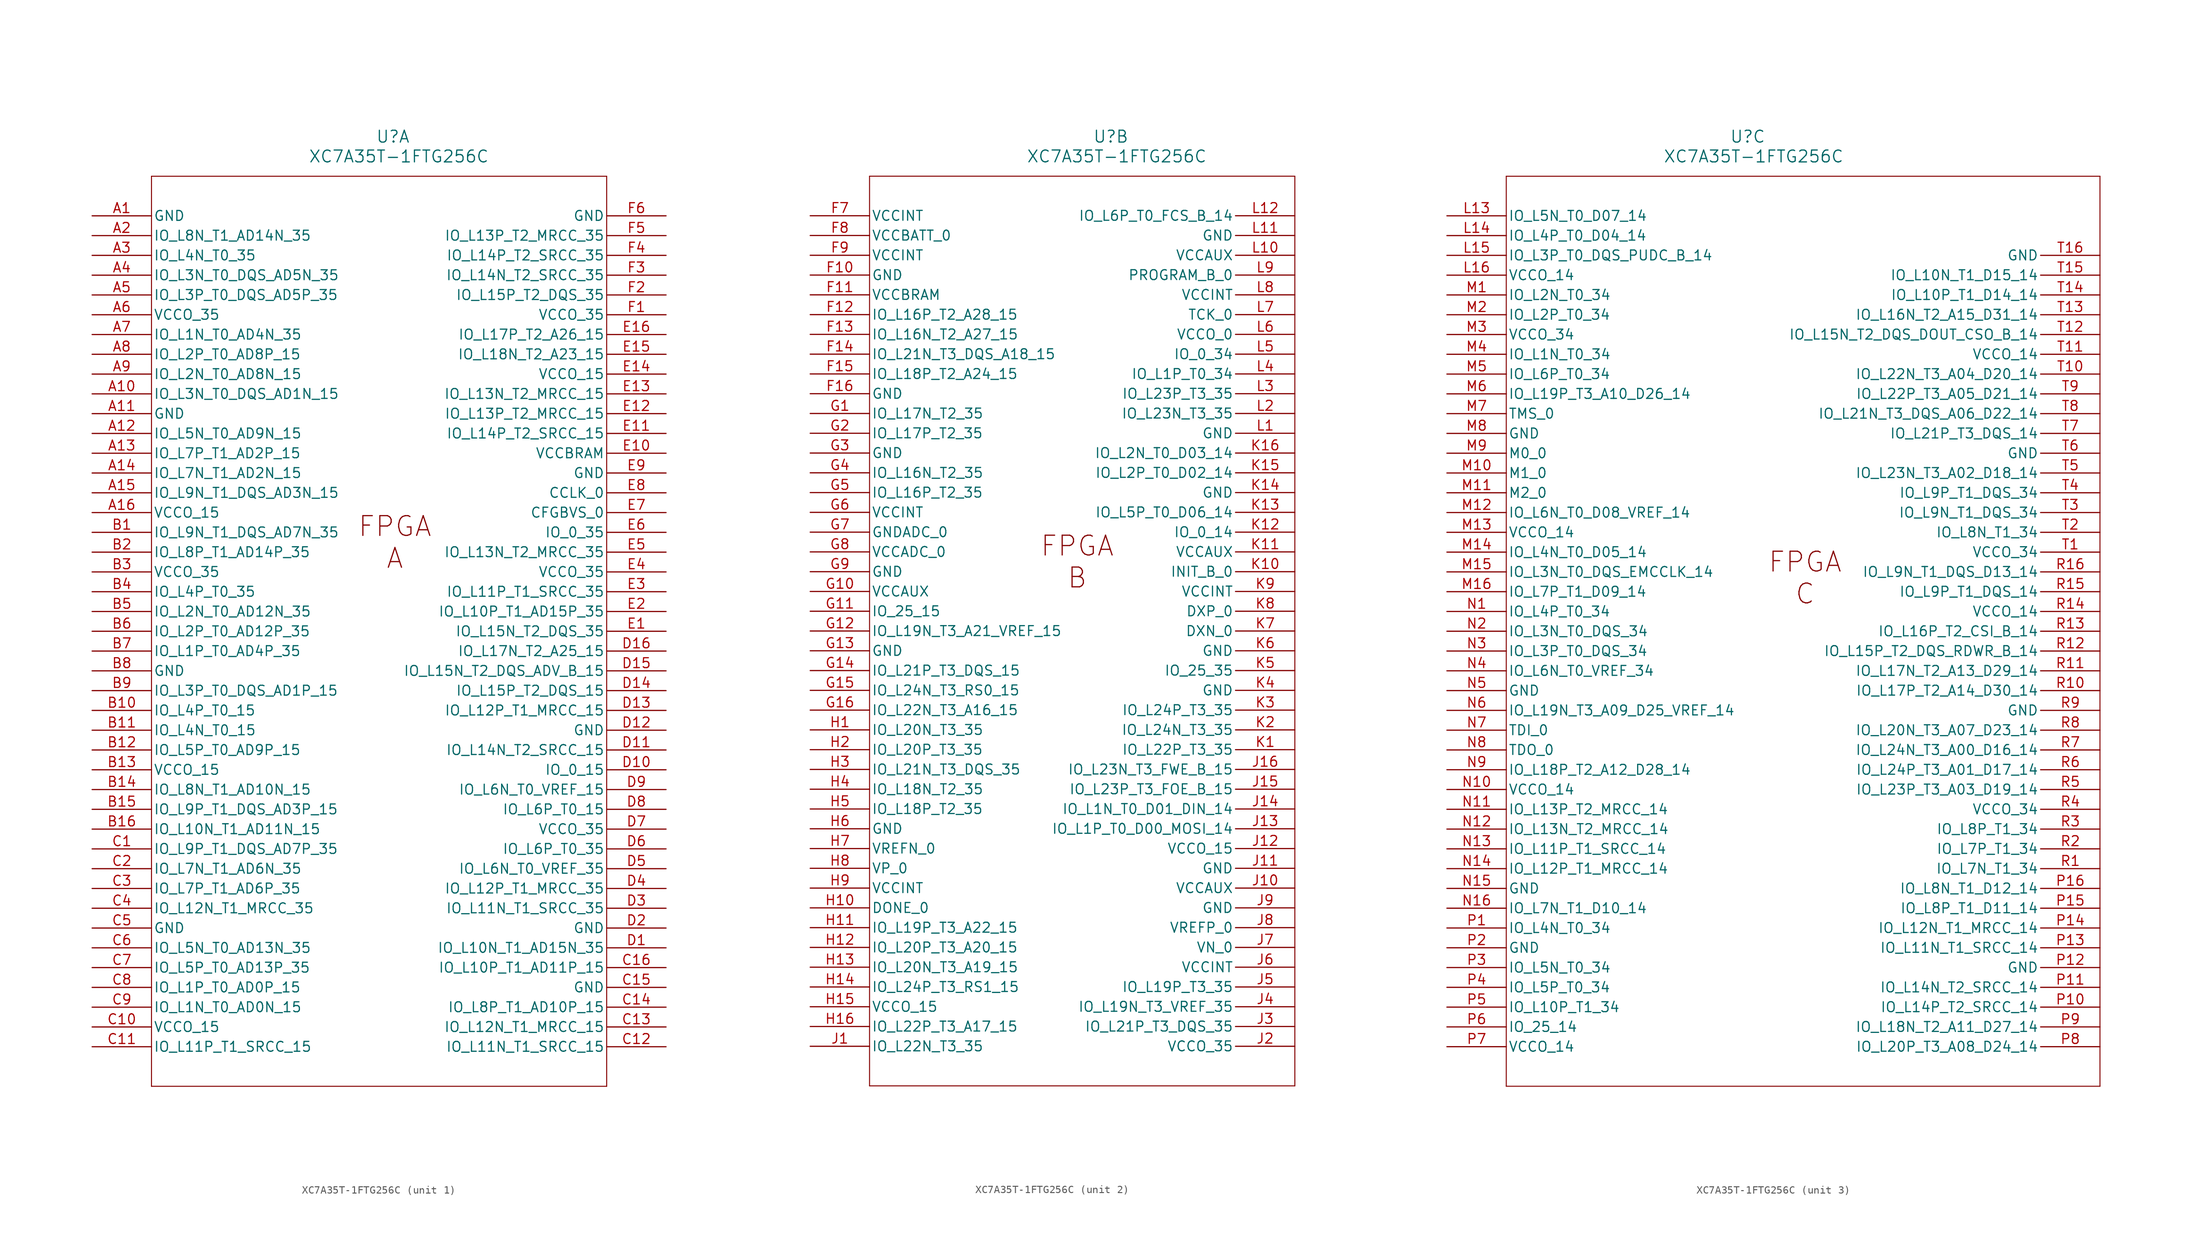
<source format=kicad_sym>
(kicad_symbol_lib
  (version 20241209)
  (generator "kicad_symbol_editor")
  (generator_version "9.0")
  (symbol "XC7A35T-1FTG256C"
    (pin_names
      (offset 0.254))
    (property "Reference" "U"
      (at 38.608 10.16 0)
      (effects (font (size 1.524 1.524))))
    (property "Value" "XC7A35T-1FTG256C"
      (at 39.37 7.62 0)
      (effects (font (size 1.524 1.524))))
    (property "ki_locked" ""
      (at 0 0 0)
      (effects (font (size 1.27 1.27))))
    (symbol "XC7A35T-1FTG256C_1_1"
      (polyline (pts (xy 7.62 5.08) (xy 7.62 -111.76)) (stroke (width 0.127) (type default)) (fill (type none)))
      (polyline (pts (xy 7.62 -111.76) (xy 66.04 -111.76)) (stroke (width 0.127) (type default)) (fill (type none)))
      (polyline (pts (xy 66.04 5.08) (xy 7.62 5.08)) (stroke (width 0.127) (type default)) (fill (type none)))
      (polyline (pts (xy 66.04 -111.76) (xy 66.04 5.08)) (stroke (width 0.127) (type default)) (fill (type none)))
      (text "FPGA\nA" (at 38.862 -41.91 0) (effects (font (size 2.54 2.54))))
      (pin power_out line (at 0 0 0) (length 7.62) (name "GND" (effects (font (size 1.27 1.27)))) (number "A1" (effects (font (size 1.27 1.27)))))
      (pin bidirectional line (at 0 -2.54 0) (length 7.62) (name "IO_L8N_T1_AD14N_35" (effects (font (size 1.27 1.27)))) (number "A2" (effects (font (size 1.27 1.27)))))
      (pin bidirectional line (at 0 -5.08 0) (length 7.62) (name "IO_L4N_T0_35" (effects (font (size 1.27 1.27)))) (number "A3" (effects (font (size 1.27 1.27)))))
      (pin bidirectional line (at 0 -7.62 0) (length 7.62) (name "IO_L3N_T0_DQS_AD5N_35" (effects (font (size 1.27 1.27)))) (number "A4" (effects (font (size 1.27 1.27)))))
      (pin bidirectional line (at 0 -10.16 0) (length 7.62) (name "IO_L3P_T0_DQS_AD5P_35" (effects (font (size 1.27 1.27)))) (number "A5" (effects (font (size 1.27 1.27)))))
      (pin power_in line (at 0 -12.7 0) (length 7.62) (name "VCCO_35" (effects (font (size 1.27 1.27)))) (number "A6" (effects (font (size 1.27 1.27)))))
      (pin bidirectional line (at 0 -15.24 0) (length 7.62) (name "IO_L1N_T0_AD4N_35" (effects (font (size 1.27 1.27)))) (number "A7" (effects (font (size 1.27 1.27)))))
      (pin bidirectional line (at 0 -17.78 0) (length 7.62) (name "IO_L2P_T0_AD8P_15" (effects (font (size 1.27 1.27)))) (number "A8" (effects (font (size 1.27 1.27)))))
      (pin bidirectional line (at 0 -20.32 0) (length 7.62) (name "IO_L2N_T0_AD8N_15" (effects (font (size 1.27 1.27)))) (number "A9" (effects (font (size 1.27 1.27)))))
      (pin bidirectional line (at 0 -22.86 0) (length 7.62) (name "IO_L3N_T0_DQS_AD1N_15" (effects (font (size 1.27 1.27)))) (number "A10" (effects (font (size 1.27 1.27)))))
      (pin power_out line (at 0 -25.4 0) (length 7.62) (name "GND" (effects (font (size 1.27 1.27)))) (number "A11" (effects (font (size 1.27 1.27)))))
      (pin bidirectional line (at 0 -27.94 0) (length 7.62) (name "IO_L5N_T0_AD9N_15" (effects (font (size 1.27 1.27)))) (number "A12" (effects (font (size 1.27 1.27)))))
      (pin bidirectional line (at 0 -30.48 0) (length 7.62) (name "IO_L7P_T1_AD2P_15" (effects (font (size 1.27 1.27)))) (number "A13" (effects (font (size 1.27 1.27)))))
      (pin bidirectional line (at 0 -33.02 0) (length 7.62) (name "IO_L7N_T1_AD2N_15" (effects (font (size 1.27 1.27)))) (number "A14" (effects (font (size 1.27 1.27)))))
      (pin bidirectional line (at 0 -35.56 0) (length 7.62) (name "IO_L9N_T1_DQS_AD3N_15" (effects (font (size 1.27 1.27)))) (number "A15" (effects (font (size 1.27 1.27)))))
      (pin power_in line (at 0 -38.1 0) (length 7.62) (name "VCCO_15" (effects (font (size 1.27 1.27)))) (number "A16" (effects (font (size 1.27 1.27)))))
      (pin bidirectional line (at 0 -40.64 0) (length 7.62) (name "IO_L9N_T1_DQS_AD7N_35" (effects (font (size 1.27 1.27)))) (number "B1" (effects (font (size 1.27 1.27)))))
      (pin bidirectional line (at 0 -43.18 0) (length 7.62) (name "IO_L8P_T1_AD14P_35" (effects (font (size 1.27 1.27)))) (number "B2" (effects (font (size 1.27 1.27)))))
      (pin power_in line (at 0 -45.72 0) (length 7.62) (name "VCCO_35" (effects (font (size 1.27 1.27)))) (number "B3" (effects (font (size 1.27 1.27)))))
      (pin bidirectional line (at 0 -48.26 0) (length 7.62) (name "IO_L4P_T0_35" (effects (font (size 1.27 1.27)))) (number "B4" (effects (font (size 1.27 1.27)))))
      (pin bidirectional line (at 0 -50.8 0) (length 7.62) (name "IO_L2N_T0_AD12N_35" (effects (font (size 1.27 1.27)))) (number "B5" (effects (font (size 1.27 1.27)))))
      (pin bidirectional line (at 0 -53.34 0) (length 7.62) (name "IO_L2P_T0_AD12P_35" (effects (font (size 1.27 1.27)))) (number "B6" (effects (font (size 1.27 1.27)))))
      (pin bidirectional line (at 0 -55.88 0) (length 7.62) (name "IO_L1P_T0_AD4P_35" (effects (font (size 1.27 1.27)))) (number "B7" (effects (font (size 1.27 1.27)))))
      (pin power_out line (at 0 -58.42 0) (length 7.62) (name "GND" (effects (font (size 1.27 1.27)))) (number "B8" (effects (font (size 1.27 1.27)))))
      (pin bidirectional line (at 0 -60.96 0) (length 7.62) (name "IO_L3P_T0_DQS_AD1P_15" (effects (font (size 1.27 1.27)))) (number "B9" (effects (font (size 1.27 1.27)))))
      (pin bidirectional line (at 0 -63.5 0) (length 7.62) (name "IO_L4P_T0_15" (effects (font (size 1.27 1.27)))) (number "B10" (effects (font (size 1.27 1.27)))))
      (pin bidirectional line (at 0 -66.04 0) (length 7.62) (name "IO_L4N_T0_15" (effects (font (size 1.27 1.27)))) (number "B11" (effects (font (size 1.27 1.27)))))
      (pin bidirectional line (at 0 -68.58 0) (length 7.62) (name "IO_L5P_T0_AD9P_15" (effects (font (size 1.27 1.27)))) (number "B12" (effects (font (size 1.27 1.27)))))
      (pin power_in line (at 0 -71.12 0) (length 7.62) (name "VCCO_15" (effects (font (size 1.27 1.27)))) (number "B13" (effects (font (size 1.27 1.27)))))
      (pin bidirectional line (at 0 -73.66 0) (length 7.62) (name "IO_L8N_T1_AD10N_15" (effects (font (size 1.27 1.27)))) (number "B14" (effects (font (size 1.27 1.27)))))
      (pin bidirectional line (at 0 -76.2 0) (length 7.62) (name "IO_L9P_T1_DQS_AD3P_15" (effects (font (size 1.27 1.27)))) (number "B15" (effects (font (size 1.27 1.27)))))
      (pin bidirectional line (at 0 -78.74 0) (length 7.62) (name "IO_L10N_T1_AD11N_15" (effects (font (size 1.27 1.27)))) (number "B16" (effects (font (size 1.27 1.27)))))
      (pin bidirectional line (at 0 -81.28 0) (length 7.62) (name "IO_L9P_T1_DQS_AD7P_35" (effects (font (size 1.27 1.27)))) (number "C1" (effects (font (size 1.27 1.27)))))
      (pin bidirectional line (at 0 -83.82 0) (length 7.62) (name "IO_L7N_T1_AD6N_35" (effects (font (size 1.27 1.27)))) (number "C2" (effects (font (size 1.27 1.27)))))
      (pin bidirectional line (at 0 -86.36 0) (length 7.62) (name "IO_L7P_T1_AD6P_35" (effects (font (size 1.27 1.27)))) (number "C3" (effects (font (size 1.27 1.27)))))
      (pin bidirectional line (at 0 -88.9 0) (length 7.62) (name "IO_L12N_T1_MRCC_35" (effects (font (size 1.27 1.27)))) (number "C4" (effects (font (size 1.27 1.27)))))
      (pin power_out line (at 0 -91.44 0) (length 7.62) (name "GND" (effects (font (size 1.27 1.27)))) (number "C5" (effects (font (size 1.27 1.27)))))
      (pin bidirectional line (at 0 -93.98 0) (length 7.62) (name "IO_L5N_T0_AD13N_35" (effects (font (size 1.27 1.27)))) (number "C6" (effects (font (size 1.27 1.27)))))
      (pin bidirectional line (at 0 -96.52 0) (length 7.62) (name "IO_L5P_T0_AD13P_35" (effects (font (size 1.27 1.27)))) (number "C7" (effects (font (size 1.27 1.27)))))
      (pin bidirectional line (at 0 -99.06 0) (length 7.62) (name "IO_L1P_T0_AD0P_15" (effects (font (size 1.27 1.27)))) (number "C8" (effects (font (size 1.27 1.27)))))
      (pin bidirectional line (at 0 -101.6 0) (length 7.62) (name "IO_L1N_T0_AD0N_15" (effects (font (size 1.27 1.27)))) (number "C9" (effects (font (size 1.27 1.27)))))
      (pin power_in line (at 0 -104.14 0) (length 7.62) (name "VCCO_15" (effects (font (size 1.27 1.27)))) (number "C10" (effects (font (size 1.27 1.27)))))
      (pin bidirectional line (at 0 -106.68 0) (length 7.62) (name "IO_L11P_T1_SRCC_15" (effects (font (size 1.27 1.27)))) (number "C11" (effects (font (size 1.27 1.27)))))
      (pin power_out line (at 73.66 0 180) (length 7.62) (name "GND" (effects (font (size 1.27 1.27)))) (number "F6" (effects (font (size 1.27 1.27)))))
      (pin bidirectional line (at 73.66 -2.54 180) (length 7.62) (name "IO_L13P_T2_MRCC_35" (effects (font (size 1.27 1.27)))) (number "F5" (effects (font (size 1.27 1.27)))))
      (pin bidirectional line (at 73.66 -5.08 180) (length 7.62) (name "IO_L14P_T2_SRCC_35" (effects (font (size 1.27 1.27)))) (number "F4" (effects (font (size 1.27 1.27)))))
      (pin bidirectional line (at 73.66 -7.62 180) (length 7.62) (name "IO_L14N_T2_SRCC_35" (effects (font (size 1.27 1.27)))) (number "F3" (effects (font (size 1.27 1.27)))))
      (pin bidirectional line (at 73.66 -10.16 180) (length 7.62) (name "IO_L15P_T2_DQS_35" (effects (font (size 1.27 1.27)))) (number "F2" (effects (font (size 1.27 1.27)))))
      (pin power_in line (at 73.66 -12.7 180) (length 7.62) (name "VCCO_35" (effects (font (size 1.27 1.27)))) (number "F1" (effects (font (size 1.27 1.27)))))
      (pin bidirectional line (at 73.66 -15.24 180) (length 7.62) (name "IO_L17P_T2_A26_15" (effects (font (size 1.27 1.27)))) (number "E16" (effects (font (size 1.27 1.27)))))
      (pin bidirectional line (at 73.66 -17.78 180) (length 7.62) (name "IO_L18N_T2_A23_15" (effects (font (size 1.27 1.27)))) (number "E15" (effects (font (size 1.27 1.27)))))
      (pin power_in line (at 73.66 -20.32 180) (length 7.62) (name "VCCO_15" (effects (font (size 1.27 1.27)))) (number "E14" (effects (font (size 1.27 1.27)))))
      (pin bidirectional line (at 73.66 -22.86 180) (length 7.62) (name "IO_L13N_T2_MRCC_15" (effects (font (size 1.27 1.27)))) (number "E13" (effects (font (size 1.27 1.27)))))
      (pin bidirectional line (at 73.66 -25.4 180) (length 7.62) (name "IO_L13P_T2_MRCC_15" (effects (font (size 1.27 1.27)))) (number "E12" (effects (font (size 1.27 1.27)))))
      (pin bidirectional line (at 73.66 -27.94 180) (length 7.62) (name "IO_L14P_T2_SRCC_15" (effects (font (size 1.27 1.27)))) (number "E11" (effects (font (size 1.27 1.27)))))
      (pin power_in line (at 73.66 -30.48 180) (length 7.62) (name "VCCBRAM" (effects (font (size 1.27 1.27)))) (number "E10" (effects (font (size 1.27 1.27)))))
      (pin power_out line (at 73.66 -33.02 180) (length 7.62) (name "GND" (effects (font (size 1.27 1.27)))) (number "E9" (effects (font (size 1.27 1.27)))))
      (pin bidirectional line (at 73.66 -35.56 180) (length 7.62) (name "CCLK_0" (effects (font (size 1.27 1.27)))) (number "E8" (effects (font (size 1.27 1.27)))))
      (pin input line (at 73.66 -38.1 180) (length 7.62) (name "CFGBVS_0" (effects (font (size 1.27 1.27)))) (number "E7" (effects (font (size 1.27 1.27)))))
      (pin bidirectional line (at 73.66 -40.64 180) (length 7.62) (name "IO_0_35" (effects (font (size 1.27 1.27)))) (number "E6" (effects (font (size 1.27 1.27)))))
      (pin bidirectional line (at 73.66 -43.18 180) (length 7.62) (name "IO_L13N_T2_MRCC_35" (effects (font (size 1.27 1.27)))) (number "E5" (effects (font (size 1.27 1.27)))))
      (pin power_in line (at 73.66 -45.72 180) (length 7.62) (name "VCCO_35" (effects (font (size 1.27 1.27)))) (number "E4" (effects (font (size 1.27 1.27)))))
      (pin bidirectional line (at 73.66 -48.26 180) (length 7.62) (name "IO_L11P_T1_SRCC_35" (effects (font (size 1.27 1.27)))) (number "E3" (effects (font (size 1.27 1.27)))))
      (pin bidirectional line (at 73.66 -50.8 180) (length 7.62) (name "IO_L10P_T1_AD15P_35" (effects (font (size 1.27 1.27)))) (number "E2" (effects (font (size 1.27 1.27)))))
      (pin bidirectional line (at 73.66 -53.34 180) (length 7.62) (name "IO_L15N_T2_DQS_35" (effects (font (size 1.27 1.27)))) (number "E1" (effects (font (size 1.27 1.27)))))
      (pin bidirectional line (at 73.66 -55.88 180) (length 7.62) (name "IO_L17N_T2_A25_15" (effects (font (size 1.27 1.27)))) (number "D16" (effects (font (size 1.27 1.27)))))
      (pin bidirectional line (at 73.66 -58.42 180) (length 7.62) (name "IO_L15N_T2_DQS_ADV_B_15" (effects (font (size 1.27 1.27)))) (number "D15" (effects (font (size 1.27 1.27)))))
      (pin bidirectional line (at 73.66 -60.96 180) (length 7.62) (name "IO_L15P_T2_DQS_15" (effects (font (size 1.27 1.27)))) (number "D14" (effects (font (size 1.27 1.27)))))
      (pin bidirectional line (at 73.66 -63.5 180) (length 7.62) (name "IO_L12P_T1_MRCC_15" (effects (font (size 1.27 1.27)))) (number "D13" (effects (font (size 1.27 1.27)))))
      (pin power_out line (at 73.66 -66.04 180) (length 7.62) (name "GND" (effects (font (size 1.27 1.27)))) (number "D12" (effects (font (size 1.27 1.27)))))
      (pin bidirectional line (at 73.66 -68.58 180) (length 7.62) (name "IO_L14N_T2_SRCC_15" (effects (font (size 1.27 1.27)))) (number "D11" (effects (font (size 1.27 1.27)))))
      (pin bidirectional line (at 73.66 -71.12 180) (length 7.62) (name "IO_0_15" (effects (font (size 1.27 1.27)))) (number "D10" (effects (font (size 1.27 1.27)))))
      (pin bidirectional line (at 73.66 -73.66 180) (length 7.62) (name "IO_L6N_T0_VREF_15" (effects (font (size 1.27 1.27)))) (number "D9" (effects (font (size 1.27 1.27)))))
      (pin bidirectional line (at 73.66 -76.2 180) (length 7.62) (name "IO_L6P_T0_15" (effects (font (size 1.27 1.27)))) (number "D8" (effects (font (size 1.27 1.27)))))
      (pin power_in line (at 73.66 -78.74 180) (length 7.62) (name "VCCO_35" (effects (font (size 1.27 1.27)))) (number "D7" (effects (font (size 1.27 1.27)))))
      (pin bidirectional line (at 73.66 -81.28 180) (length 7.62) (name "IO_L6P_T0_35" (effects (font (size 1.27 1.27)))) (number "D6" (effects (font (size 1.27 1.27)))))
      (pin bidirectional line (at 73.66 -83.82 180) (length 7.62) (name "IO_L6N_T0_VREF_35" (effects (font (size 1.27 1.27)))) (number "D5" (effects (font (size 1.27 1.27)))))
      (pin bidirectional line (at 73.66 -86.36 180) (length 7.62) (name "IO_L12P_T1_MRCC_35" (effects (font (size 1.27 1.27)))) (number "D4" (effects (font (size 1.27 1.27)))))
      (pin bidirectional line (at 73.66 -88.9 180) (length 7.62) (name "IO_L11N_T1_SRCC_35" (effects (font (size 1.27 1.27)))) (number "D3" (effects (font (size 1.27 1.27)))))
      (pin power_out line (at 73.66 -91.44 180) (length 7.62) (name "GND" (effects (font (size 1.27 1.27)))) (number "D2" (effects (font (size 1.27 1.27)))))
      (pin bidirectional line (at 73.66 -93.98 180) (length 7.62) (name "IO_L10N_T1_AD15N_35" (effects (font (size 1.27 1.27)))) (number "D1" (effects (font (size 1.27 1.27)))))
      (pin bidirectional line (at 73.66 -96.52 180) (length 7.62) (name "IO_L10P_T1_AD11P_15" (effects (font (size 1.27 1.27)))) (number "C16" (effects (font (size 1.27 1.27)))))
      (pin power_out line (at 73.66 -99.06 180) (length 7.62) (name "GND" (effects (font (size 1.27 1.27)))) (number "C15" (effects (font (size 1.27 1.27)))))
      (pin bidirectional line (at 73.66 -101.6 180) (length 7.62) (name "IO_L8P_T1_AD10P_15" (effects (font (size 1.27 1.27)))) (number "C14" (effects (font (size 1.27 1.27)))))
      (pin bidirectional line (at 73.66 -104.14 180) (length 7.62) (name "IO_L12N_T1_MRCC_15" (effects (font (size 1.27 1.27)))) (number "C13" (effects (font (size 1.27 1.27)))))
      (pin bidirectional line (at 73.66 -106.68 180) (length 7.62) (name "IO_L11N_T1_SRCC_15" (effects (font (size 1.27 1.27)))) (number "C12" (effects (font (size 1.27 1.27))))))
    (symbol "XC7A35T-1FTG256C_2_1"
      (polyline (pts (xy 7.62 5.08) (xy 7.62 -111.76)) (stroke (width 0.127) (type default)) (fill (type none)))
      (polyline (pts (xy 7.62 -111.76) (xy 62.23 -111.76)) (stroke (width 0.127) (type default)) (fill (type none)))
      (polyline (pts (xy 62.23 5.08) (xy 7.62 5.08)) (stroke (width 0.127) (type default)) (fill (type none)))
      (polyline (pts (xy 62.23 -111.76) (xy 62.23 5.08)) (stroke (width 0.127) (type default)) (fill (type none)))
      (text "FPGA\nB" (at 34.29 -44.45 0) (effects (font (size 2.54 2.54))))
      (pin power_in line (at 0 0 0) (length 7.62) (name "VCCINT" (effects (font (size 1.27 1.27)))) (number "F7" (effects (font (size 1.27 1.27)))))
      (pin power_in line (at 0 -2.54 0) (length 7.62) (name "VCCBATT_0" (effects (font (size 1.27 1.27)))) (number "F8" (effects (font (size 1.27 1.27)))))
      (pin power_in line (at 0 -5.08 0) (length 7.62) (name "VCCINT" (effects (font (size 1.27 1.27)))) (number "F9" (effects (font (size 1.27 1.27)))))
      (pin power_out line (at 0 -7.62 0) (length 7.62) (name "GND" (effects (font (size 1.27 1.27)))) (number "F10" (effects (font (size 1.27 1.27)))))
      (pin power_in line (at 0 -10.16 0) (length 7.62) (name "VCCBRAM" (effects (font (size 1.27 1.27)))) (number "F11" (effects (font (size 1.27 1.27)))))
      (pin bidirectional line (at 0 -12.7 0) (length 7.62) (name "IO_L16P_T2_A28_15" (effects (font (size 1.27 1.27)))) (number "F12" (effects (font (size 1.27 1.27)))))
      (pin bidirectional line (at 0 -15.24 0) (length 7.62) (name "IO_L16N_T2_A27_15" (effects (font (size 1.27 1.27)))) (number "F13" (effects (font (size 1.27 1.27)))))
      (pin bidirectional line (at 0 -17.78 0) (length 7.62) (name "IO_L21N_T3_DQS_A18_15" (effects (font (size 1.27 1.27)))) (number "F14" (effects (font (size 1.27 1.27)))))
      (pin bidirectional line (at 0 -20.32 0) (length 7.62) (name "IO_L18P_T2_A24_15" (effects (font (size 1.27 1.27)))) (number "F15" (effects (font (size 1.27 1.27)))))
      (pin power_out line (at 0 -22.86 0) (length 7.62) (name "GND" (effects (font (size 1.27 1.27)))) (number "F16" (effects (font (size 1.27 1.27)))))
      (pin bidirectional line (at 0 -25.4 0) (length 7.62) (name "IO_L17N_T2_35" (effects (font (size 1.27 1.27)))) (number "G1" (effects (font (size 1.27 1.27)))))
      (pin bidirectional line (at 0 -27.94 0) (length 7.62) (name "IO_L17P_T2_35" (effects (font (size 1.27 1.27)))) (number "G2" (effects (font (size 1.27 1.27)))))
      (pin power_out line (at 0 -30.48 0) (length 7.62) (name "GND" (effects (font (size 1.27 1.27)))) (number "G3" (effects (font (size 1.27 1.27)))))
      (pin bidirectional line (at 0 -33.02 0) (length 7.62) (name "IO_L16N_T2_35" (effects (font (size 1.27 1.27)))) (number "G4" (effects (font (size 1.27 1.27)))))
      (pin bidirectional line (at 0 -35.56 0) (length 7.62) (name "IO_L16P_T2_35" (effects (font (size 1.27 1.27)))) (number "G5" (effects (font (size 1.27 1.27)))))
      (pin power_in line (at 0 -38.1 0) (length 7.62) (name "VCCINT" (effects (font (size 1.27 1.27)))) (number "G6" (effects (font (size 1.27 1.27)))))
      (pin power_out line (at 0 -40.64 0) (length 7.62) (name "GNDADC_0" (effects (font (size 1.27 1.27)))) (number "G7" (effects (font (size 1.27 1.27)))))
      (pin power_in line (at 0 -43.18 0) (length 7.62) (name "VCCADC_0" (effects (font (size 1.27 1.27)))) (number "G8" (effects (font (size 1.27 1.27)))))
      (pin power_out line (at 0 -45.72 0) (length 7.62) (name "GND" (effects (font (size 1.27 1.27)))) (number "G9" (effects (font (size 1.27 1.27)))))
      (pin power_in line (at 0 -48.26 0) (length 7.62) (name "VCCAUX" (effects (font (size 1.27 1.27)))) (number "G10" (effects (font (size 1.27 1.27)))))
      (pin bidirectional line (at 0 -50.8 0) (length 7.62) (name "IO_25_15" (effects (font (size 1.27 1.27)))) (number "G11" (effects (font (size 1.27 1.27)))))
      (pin bidirectional line (at 0 -53.34 0) (length 7.62) (name "IO_L19N_T3_A21_VREF_15" (effects (font (size 1.27 1.27)))) (number "G12" (effects (font (size 1.27 1.27)))))
      (pin power_out line (at 0 -55.88 0) (length 7.62) (name "GND" (effects (font (size 1.27 1.27)))) (number "G13" (effects (font (size 1.27 1.27)))))
      (pin bidirectional line (at 0 -58.42 0) (length 7.62) (name "IO_L21P_T3_DQS_15" (effects (font (size 1.27 1.27)))) (number "G14" (effects (font (size 1.27 1.27)))))
      (pin bidirectional line (at 0 -60.96 0) (length 7.62) (name "IO_L24N_T3_RS0_15" (effects (font (size 1.27 1.27)))) (number "G15" (effects (font (size 1.27 1.27)))))
      (pin bidirectional line (at 0 -63.5 0) (length 7.62) (name "IO_L22N_T3_A16_15" (effects (font (size 1.27 1.27)))) (number "G16" (effects (font (size 1.27 1.27)))))
      (pin bidirectional line (at 0 -66.04 0) (length 7.62) (name "IO_L20N_T3_35" (effects (font (size 1.27 1.27)))) (number "H1" (effects (font (size 1.27 1.27)))))
      (pin bidirectional line (at 0 -68.58 0) (length 7.62) (name "IO_L20P_T3_35" (effects (font (size 1.27 1.27)))) (number "H2" (effects (font (size 1.27 1.27)))))
      (pin bidirectional line (at 0 -71.12 0) (length 7.62) (name "IO_L21N_T3_DQS_35" (effects (font (size 1.27 1.27)))) (number "H3" (effects (font (size 1.27 1.27)))))
      (pin bidirectional line (at 0 -73.66 0) (length 7.62) (name "IO_L18N_T2_35" (effects (font (size 1.27 1.27)))) (number "H4" (effects (font (size 1.27 1.27)))))
      (pin bidirectional line (at 0 -76.2 0) (length 7.62) (name "IO_L18P_T2_35" (effects (font (size 1.27 1.27)))) (number "H5" (effects (font (size 1.27 1.27)))))
      (pin power_out line (at 0 -78.74 0) (length 7.62) (name "GND" (effects (font (size 1.27 1.27)))) (number "H6" (effects (font (size 1.27 1.27)))))
      (pin power_in line (at 0 -81.28 0) (length 7.62) (name "VREFN_0" (effects (font (size 1.27 1.27)))) (number "H7" (effects (font (size 1.27 1.27)))))
      (pin input line (at 0 -83.82 0) (length 7.62) (name "VP_0" (effects (font (size 1.27 1.27)))) (number "H8" (effects (font (size 1.27 1.27)))))
      (pin power_in line (at 0 -86.36 0) (length 7.62) (name "VCCINT" (effects (font (size 1.27 1.27)))) (number "H9" (effects (font (size 1.27 1.27)))))
      (pin bidirectional line (at 0 -88.9 0) (length 7.62) (name "DONE_0" (effects (font (size 1.27 1.27)))) (number "H10" (effects (font (size 1.27 1.27)))))
      (pin bidirectional line (at 0 -91.44 0) (length 7.62) (name "IO_L19P_T3_A22_15" (effects (font (size 1.27 1.27)))) (number "H11" (effects (font (size 1.27 1.27)))))
      (pin bidirectional line (at 0 -93.98 0) (length 7.62) (name "IO_L20P_T3_A20_15" (effects (font (size 1.27 1.27)))) (number "H12" (effects (font (size 1.27 1.27)))))
      (pin bidirectional line (at 0 -96.52 0) (length 7.62) (name "IO_L20N_T3_A19_15" (effects (font (size 1.27 1.27)))) (number "H13" (effects (font (size 1.27 1.27)))))
      (pin bidirectional line (at 0 -99.06 0) (length 7.62) (name "IO_L24P_T3_RS1_15" (effects (font (size 1.27 1.27)))) (number "H14" (effects (font (size 1.27 1.27)))))
      (pin power_in line (at 0 -101.6 0) (length 7.62) (name "VCCO_15" (effects (font (size 1.27 1.27)))) (number "H15" (effects (font (size 1.27 1.27)))))
      (pin bidirectional line (at 0 -104.14 0) (length 7.62) (name "IO_L22P_T3_A17_15" (effects (font (size 1.27 1.27)))) (number "H16" (effects (font (size 1.27 1.27)))))
      (pin bidirectional line (at 0 -106.68 0) (length 7.62) (name "IO_L22N_T3_35" (effects (font (size 1.27 1.27)))) (number "J1" (effects (font (size 1.27 1.27)))))
      (pin bidirectional line (at 62.23 0 180) (length 7.62) (name "IO_L6P_T0_FCS_B_14" (effects (font (size 1.27 1.27)))) (number "L12" (effects (font (size 1.27 1.27)))))
      (pin power_out line (at 62.23 -2.54 180) (length 7.62) (name "GND" (effects (font (size 1.27 1.27)))) (number "L11" (effects (font (size 1.27 1.27)))))
      (pin power_in line (at 62.23 -5.08 180) (length 7.62) (name "VCCAUX" (effects (font (size 1.27 1.27)))) (number "L10" (effects (font (size 1.27 1.27)))))
      (pin input line (at 62.23 -7.62 180) (length 7.62) (name "PROGRAM_B_0" (effects (font (size 1.27 1.27)))) (number "L9" (effects (font (size 1.27 1.27)))))
      (pin power_in line (at 62.23 -10.16 180) (length 7.62) (name "VCCINT" (effects (font (size 1.27 1.27)))) (number "L8" (effects (font (size 1.27 1.27)))))
      (pin input line (at 62.23 -12.7 180) (length 7.62) (name "TCK_0" (effects (font (size 1.27 1.27)))) (number "L7" (effects (font (size 1.27 1.27)))))
      (pin power_in line (at 62.23 -15.24 180) (length 7.62) (name "VCCO_0" (effects (font (size 1.27 1.27)))) (number "L6" (effects (font (size 1.27 1.27)))))
      (pin bidirectional line (at 62.23 -17.78 180) (length 7.62) (name "IO_0_34" (effects (font (size 1.27 1.27)))) (number "L5" (effects (font (size 1.27 1.27)))))
      (pin bidirectional line (at 62.23 -20.32 180) (length 7.62) (name "IO_L1P_T0_34" (effects (font (size 1.27 1.27)))) (number "L4" (effects (font (size 1.27 1.27)))))
      (pin bidirectional line (at 62.23 -22.86 180) (length 7.62) (name "IO_L23P_T3_35" (effects (font (size 1.27 1.27)))) (number "L3" (effects (font (size 1.27 1.27)))))
      (pin bidirectional line (at 62.23 -25.4 180) (length 7.62) (name "IO_L23N_T3_35" (effects (font (size 1.27 1.27)))) (number "L2" (effects (font (size 1.27 1.27)))))
      (pin power_out line (at 62.23 -27.94 180) (length 7.62) (name "GND" (effects (font (size 1.27 1.27)))) (number "L1" (effects (font (size 1.27 1.27)))))
      (pin bidirectional line (at 62.23 -30.48 180) (length 7.62) (name "IO_L2N_T0_D03_14" (effects (font (size 1.27 1.27)))) (number "K16" (effects (font (size 1.27 1.27)))))
      (pin bidirectional line (at 62.23 -33.02 180) (length 7.62) (name "IO_L2P_T0_D02_14" (effects (font (size 1.27 1.27)))) (number "K15" (effects (font (size 1.27 1.27)))))
      (pin power_out line (at 62.23 -35.56 180) (length 7.62) (name "GND" (effects (font (size 1.27 1.27)))) (number "K14" (effects (font (size 1.27 1.27)))))
      (pin bidirectional line (at 62.23 -38.1 180) (length 7.62) (name "IO_L5P_T0_D06_14" (effects (font (size 1.27 1.27)))) (number "K13" (effects (font (size 1.27 1.27)))))
      (pin bidirectional line (at 62.23 -40.64 180) (length 7.62) (name "IO_0_14" (effects (font (size 1.27 1.27)))) (number "K12" (effects (font (size 1.27 1.27)))))
      (pin power_in line (at 62.23 -43.18 180) (length 7.62) (name "VCCAUX" (effects (font (size 1.27 1.27)))) (number "K11" (effects (font (size 1.27 1.27)))))
      (pin bidirectional line (at 62.23 -45.72 180) (length 7.62) (name "INIT_B_0" (effects (font (size 1.27 1.27)))) (number "K10" (effects (font (size 1.27 1.27)))))
      (pin power_in line (at 62.23 -48.26 180) (length 7.62) (name "VCCINT" (effects (font (size 1.27 1.27)))) (number "K9" (effects (font (size 1.27 1.27)))))
      (pin unspecified line (at 62.23 -50.8 180) (length 7.62) (name "DXP_0" (effects (font (size 1.27 1.27)))) (number "K8" (effects (font (size 1.27 1.27)))))
      (pin unspecified line (at 62.23 -53.34 180) (length 7.62) (name "DXN_0" (effects (font (size 1.27 1.27)))) (number "K7" (effects (font (size 1.27 1.27)))))
      (pin power_out line (at 62.23 -55.88 180) (length 7.62) (name "GND" (effects (font (size 1.27 1.27)))) (number "K6" (effects (font (size 1.27 1.27)))))
      (pin bidirectional line (at 62.23 -58.42 180) (length 7.62) (name "IO_25_35" (effects (font (size 1.27 1.27)))) (number "K5" (effects (font (size 1.27 1.27)))))
      (pin power_out line (at 62.23 -60.96 180) (length 7.62) (name "GND" (effects (font (size 1.27 1.27)))) (number "K4" (effects (font (size 1.27 1.27)))))
      (pin bidirectional line (at 62.23 -63.5 180) (length 7.62) (name "IO_L24P_T3_35" (effects (font (size 1.27 1.27)))) (number "K3" (effects (font (size 1.27 1.27)))))
      (pin bidirectional line (at 62.23 -66.04 180) (length 7.62) (name "IO_L24N_T3_35" (effects (font (size 1.27 1.27)))) (number "K2" (effects (font (size 1.27 1.27)))))
      (pin bidirectional line (at 62.23 -68.58 180) (length 7.62) (name "IO_L22P_T3_35" (effects (font (size 1.27 1.27)))) (number "K1" (effects (font (size 1.27 1.27)))))
      (pin bidirectional line (at 62.23 -71.12 180) (length 7.62) (name "IO_L23N_T3_FWE_B_15" (effects (font (size 1.27 1.27)))) (number "J16" (effects (font (size 1.27 1.27)))))
      (pin bidirectional line (at 62.23 -73.66 180) (length 7.62) (name "IO_L23P_T3_FOE_B_15" (effects (font (size 1.27 1.27)))) (number "J15" (effects (font (size 1.27 1.27)))))
      (pin bidirectional line (at 62.23 -76.2 180) (length 7.62) (name "IO_L1N_T0_D01_DIN_14" (effects (font (size 1.27 1.27)))) (number "J14" (effects (font (size 1.27 1.27)))))
      (pin bidirectional line (at 62.23 -78.74 180) (length 7.62) (name "IO_L1P_T0_D00_MOSI_14" (effects (font (size 1.27 1.27)))) (number "J13" (effects (font (size 1.27 1.27)))))
      (pin power_in line (at 62.23 -81.28 180) (length 7.62) (name "VCCO_15" (effects (font (size 1.27 1.27)))) (number "J12" (effects (font (size 1.27 1.27)))))
      (pin power_out line (at 62.23 -83.82 180) (length 7.62) (name "GND" (effects (font (size 1.27 1.27)))) (number "J11" (effects (font (size 1.27 1.27)))))
      (pin power_in line (at 62.23 -86.36 180) (length 7.62) (name "VCCAUX" (effects (font (size 1.27 1.27)))) (number "J10" (effects (font (size 1.27 1.27)))))
      (pin power_out line (at 62.23 -88.9 180) (length 7.62) (name "GND" (effects (font (size 1.27 1.27)))) (number "J9" (effects (font (size 1.27 1.27)))))
      (pin power_in line (at 62.23 -91.44 180) (length 7.62) (name "VREFP_0" (effects (font (size 1.27 1.27)))) (number "J8" (effects (font (size 1.27 1.27)))))
      (pin input line (at 62.23 -93.98 180) (length 7.62) (name "VN_0" (effects (font (size 1.27 1.27)))) (number "J7" (effects (font (size 1.27 1.27)))))
      (pin power_in line (at 62.23 -96.52 180) (length 7.62) (name "VCCINT" (effects (font (size 1.27 1.27)))) (number "J6" (effects (font (size 1.27 1.27)))))
      (pin bidirectional line (at 62.23 -99.06 180) (length 7.62) (name "IO_L19P_T3_35" (effects (font (size 1.27 1.27)))) (number "J5" (effects (font (size 1.27 1.27)))))
      (pin bidirectional line (at 62.23 -101.6 180) (length 7.62) (name "IO_L19N_T3_VREF_35" (effects (font (size 1.27 1.27)))) (number "J4" (effects (font (size 1.27 1.27)))))
      (pin bidirectional line (at 62.23 -104.14 180) (length 7.62) (name "IO_L21P_T3_DQS_35" (effects (font (size 1.27 1.27)))) (number "J3" (effects (font (size 1.27 1.27)))))
      (pin power_in line (at 62.23 -106.68 180) (length 7.62) (name "VCCO_35" (effects (font (size 1.27 1.27)))) (number "J2" (effects (font (size 1.27 1.27))))))
    (symbol "XC7A35T-1FTG256C_3_1"
      (polyline (pts (xy 7.62 5.08) (xy 7.62 -111.76)) (stroke (width 0.127) (type default)) (fill (type none)))
      (polyline (pts (xy 7.62 -111.76) (xy 83.82 -111.76)) (stroke (width 0.127) (type default)) (fill (type none)))
      (polyline (pts (xy 83.82 5.08) (xy 7.62 5.08)) (stroke (width 0.127) (type default)) (fill (type none)))
      (polyline (pts (xy 83.82 -111.76) (xy 83.82 5.08)) (stroke (width 0.127) (type default)) (fill (type none)))
      (text "FPGA\nC" (at 45.974 -46.482 0) (effects (font (size 2.54 2.54))))
      (pin bidirectional line (at 0 0 0) (length 7.62) (name "IO_L5N_T0_D07_14" (effects (font (size 1.27 1.27)))) (number "L13" (effects (font (size 1.27 1.27)))))
      (pin bidirectional line (at 0 -2.54 0) (length 7.62) (name "IO_L4P_T0_D04_14" (effects (font (size 1.27 1.27)))) (number "L14" (effects (font (size 1.27 1.27)))))
      (pin bidirectional line (at 0 -5.08 0) (length 7.62) (name "IO_L3P_T0_DQS_PUDC_B_14" (effects (font (size 1.27 1.27)))) (number "L15" (effects (font (size 1.27 1.27)))))
      (pin power_in line (at 0 -7.62 0) (length 7.62) (name "VCCO_14" (effects (font (size 1.27 1.27)))) (number "L16" (effects (font (size 1.27 1.27)))))
      (pin bidirectional line (at 0 -10.16 0) (length 7.62) (name "IO_L2N_T0_34" (effects (font (size 1.27 1.27)))) (number "M1" (effects (font (size 1.27 1.27)))))
      (pin bidirectional line (at 0 -12.7 0) (length 7.62) (name "IO_L2P_T0_34" (effects (font (size 1.27 1.27)))) (number "M2" (effects (font (size 1.27 1.27)))))
      (pin power_in line (at 0 -15.24 0) (length 7.62) (name "VCCO_34" (effects (font (size 1.27 1.27)))) (number "M3" (effects (font (size 1.27 1.27)))))
      (pin bidirectional line (at 0 -17.78 0) (length 7.62) (name "IO_L1N_T0_34" (effects (font (size 1.27 1.27)))) (number "M4" (effects (font (size 1.27 1.27)))))
      (pin bidirectional line (at 0 -20.32 0) (length 7.62) (name "IO_L6P_T0_34" (effects (font (size 1.27 1.27)))) (number "M5" (effects (font (size 1.27 1.27)))))
      (pin bidirectional line (at 0 -22.86 0) (length 7.62) (name "IO_L19P_T3_A10_D26_14" (effects (font (size 1.27 1.27)))) (number "M6" (effects (font (size 1.27 1.27)))))
      (pin input line (at 0 -25.4 0) (length 7.62) (name "TMS_0" (effects (font (size 1.27 1.27)))) (number "M7" (effects (font (size 1.27 1.27)))))
      (pin power_out line (at 0 -27.94 0) (length 7.62) (name "GND" (effects (font (size 1.27 1.27)))) (number "M8" (effects (font (size 1.27 1.27)))))
      (pin input line (at 0 -30.48 0) (length 7.62) (name "M0_0" (effects (font (size 1.27 1.27)))) (number "M9" (effects (font (size 1.27 1.27)))))
      (pin input line (at 0 -33.02 0) (length 7.62) (name "M1_0" (effects (font (size 1.27 1.27)))) (number "M10" (effects (font (size 1.27 1.27)))))
      (pin input line (at 0 -35.56 0) (length 7.62) (name "M2_0" (effects (font (size 1.27 1.27)))) (number "M11" (effects (font (size 1.27 1.27)))))
      (pin bidirectional line (at 0 -38.1 0) (length 7.62) (name "IO_L6N_T0_D08_VREF_14" (effects (font (size 1.27 1.27)))) (number "M12" (effects (font (size 1.27 1.27)))))
      (pin power_in line (at 0 -40.64 0) (length 7.62) (name "VCCO_14" (effects (font (size 1.27 1.27)))) (number "M13" (effects (font (size 1.27 1.27)))))
      (pin bidirectional line (at 0 -43.18 0) (length 7.62) (name "IO_L4N_T0_D05_14" (effects (font (size 1.27 1.27)))) (number "M14" (effects (font (size 1.27 1.27)))))
      (pin bidirectional line (at 0 -45.72 0) (length 7.62) (name "IO_L3N_T0_DQS_EMCCLK_14" (effects (font (size 1.27 1.27)))) (number "M15" (effects (font (size 1.27 1.27)))))
      (pin bidirectional line (at 0 -48.26 0) (length 7.62) (name "IO_L7P_T1_D09_14" (effects (font (size 1.27 1.27)))) (number "M16" (effects (font (size 1.27 1.27)))))
      (pin bidirectional line (at 0 -50.8 0) (length 7.62) (name "IO_L4P_T0_34" (effects (font (size 1.27 1.27)))) (number "N1" (effects (font (size 1.27 1.27)))))
      (pin bidirectional line (at 0 -53.34 0) (length 7.62) (name "IO_L3N_T0_DQS_34" (effects (font (size 1.27 1.27)))) (number "N2" (effects (font (size 1.27 1.27)))))
      (pin bidirectional line (at 0 -55.88 0) (length 7.62) (name "IO_L3P_T0_DQS_34" (effects (font (size 1.27 1.27)))) (number "N3" (effects (font (size 1.27 1.27)))))
      (pin bidirectional line (at 0 -58.42 0) (length 7.62) (name "IO_L6N_T0_VREF_34" (effects (font (size 1.27 1.27)))) (number "N4" (effects (font (size 1.27 1.27)))))
      (pin power_out line (at 0 -60.96 0) (length 7.62) (name "GND" (effects (font (size 1.27 1.27)))) (number "N5" (effects (font (size 1.27 1.27)))))
      (pin bidirectional line (at 0 -63.5 0) (length 7.62) (name "IO_L19N_T3_A09_D25_VREF_14" (effects (font (size 1.27 1.27)))) (number "N6" (effects (font (size 1.27 1.27)))))
      (pin input line (at 0 -66.04 0) (length 7.62) (name "TDI_0" (effects (font (size 1.27 1.27)))) (number "N7" (effects (font (size 1.27 1.27)))))
      (pin output line (at 0 -68.58 0) (length 7.62) (name "TDO_0" (effects (font (size 1.27 1.27)))) (number "N8" (effects (font (size 1.27 1.27)))))
      (pin bidirectional line (at 0 -71.12 0) (length 7.62) (name "IO_L18P_T2_A12_D28_14" (effects (font (size 1.27 1.27)))) (number "N9" (effects (font (size 1.27 1.27)))))
      (pin power_in line (at 0 -73.66 0) (length 7.62) (name "VCCO_14" (effects (font (size 1.27 1.27)))) (number "N10" (effects (font (size 1.27 1.27)))))
      (pin bidirectional line (at 0 -76.2 0) (length 7.62) (name "IO_L13P_T2_MRCC_14" (effects (font (size 1.27 1.27)))) (number "N11" (effects (font (size 1.27 1.27)))))
      (pin bidirectional line (at 0 -78.74 0) (length 7.62) (name "IO_L13N_T2_MRCC_14" (effects (font (size 1.27 1.27)))) (number "N12" (effects (font (size 1.27 1.27)))))
      (pin bidirectional line (at 0 -81.28 0) (length 7.62) (name "IO_L11P_T1_SRCC_14" (effects (font (size 1.27 1.27)))) (number "N13" (effects (font (size 1.27 1.27)))))
      (pin bidirectional line (at 0 -83.82 0) (length 7.62) (name "IO_L12P_T1_MRCC_14" (effects (font (size 1.27 1.27)))) (number "N14" (effects (font (size 1.27 1.27)))))
      (pin power_out line (at 0 -86.36 0) (length 7.62) (name "GND" (effects (font (size 1.27 1.27)))) (number "N15" (effects (font (size 1.27 1.27)))))
      (pin bidirectional line (at 0 -88.9 0) (length 7.62) (name "IO_L7N_T1_D10_14" (effects (font (size 1.27 1.27)))) (number "N16" (effects (font (size 1.27 1.27)))))
      (pin bidirectional line (at 0 -91.44 0) (length 7.62) (name "IO_L4N_T0_34" (effects (font (size 1.27 1.27)))) (number "P1" (effects (font (size 1.27 1.27)))))
      (pin power_out line (at 0 -93.98 0) (length 7.62) (name "GND" (effects (font (size 1.27 1.27)))) (number "P2" (effects (font (size 1.27 1.27)))))
      (pin bidirectional line (at 0 -96.52 0) (length 7.62) (name "IO_L5N_T0_34" (effects (font (size 1.27 1.27)))) (number "P3" (effects (font (size 1.27 1.27)))))
      (pin bidirectional line (at 0 -99.06 0) (length 7.62) (name "IO_L5P_T0_34" (effects (font (size 1.27 1.27)))) (number "P4" (effects (font (size 1.27 1.27)))))
      (pin bidirectional line (at 0 -101.6 0) (length 7.62) (name "IO_L10P_T1_34" (effects (font (size 1.27 1.27)))) (number "P5" (effects (font (size 1.27 1.27)))))
      (pin bidirectional line (at 0 -104.14 0) (length 7.62) (name "IO_25_14" (effects (font (size 1.27 1.27)))) (number "P6" (effects (font (size 1.27 1.27)))))
      (pin power_in line (at 0 -106.68 0) (length 7.62) (name "VCCO_14" (effects (font (size 1.27 1.27)))) (number "P7" (effects (font (size 1.27 1.27)))))
      (pin power_out line (at 83.82 -5.08 180) (length 7.62) (name "GND" (effects (font (size 1.27 1.27)))) (number "T16" (effects (font (size 1.27 1.27)))))
      (pin bidirectional line (at 83.82 -7.62 180) (length 7.62) (name "IO_L10N_T1_D15_14" (effects (font (size 1.27 1.27)))) (number "T15" (effects (font (size 1.27 1.27)))))
      (pin bidirectional line (at 83.82 -10.16 180) (length 7.62) (name "IO_L10P_T1_D14_14" (effects (font (size 1.27 1.27)))) (number "T14" (effects (font (size 1.27 1.27)))))
      (pin bidirectional line (at 83.82 -12.7 180) (length 7.62) (name "IO_L16N_T2_A15_D31_14" (effects (font (size 1.27 1.27)))) (number "T13" (effects (font (size 1.27 1.27)))))
      (pin bidirectional line (at 83.82 -15.24 180) (length 7.62) (name "IO_L15N_T2_DQS_DOUT_CSO_B_14" (effects (font (size 1.27 1.27)))) (number "T12" (effects (font (size 1.27 1.27)))))
      (pin power_in line (at 83.82 -17.78 180) (length 7.62) (name "VCCO_14" (effects (font (size 1.27 1.27)))) (number "T11" (effects (font (size 1.27 1.27)))))
      (pin bidirectional line (at 83.82 -20.32 180) (length 7.62) (name "IO_L22N_T3_A04_D20_14" (effects (font (size 1.27 1.27)))) (number "T10" (effects (font (size 1.27 1.27)))))
      (pin bidirectional line (at 83.82 -22.86 180) (length 7.62) (name "IO_L22P_T3_A05_D21_14" (effects (font (size 1.27 1.27)))) (number "T9" (effects (font (size 1.27 1.27)))))
      (pin bidirectional line (at 83.82 -25.4 180) (length 7.62) (name "IO_L21N_T3_DQS_A06_D22_14" (effects (font (size 1.27 1.27)))) (number "T8" (effects (font (size 1.27 1.27)))))
      (pin bidirectional line (at 83.82 -27.94 180) (length 7.62) (name "IO_L21P_T3_DQS_14" (effects (font (size 1.27 1.27)))) (number "T7" (effects (font (size 1.27 1.27)))))
      (pin power_out line (at 83.82 -30.48 180) (length 7.62) (name "GND" (effects (font (size 1.27 1.27)))) (number "T6" (effects (font (size 1.27 1.27)))))
      (pin bidirectional line (at 83.82 -33.02 180) (length 7.62) (name "IO_L23N_T3_A02_D18_14" (effects (font (size 1.27 1.27)))) (number "T5" (effects (font (size 1.27 1.27)))))
      (pin bidirectional line (at 83.82 -35.56 180) (length 7.62) (name "IO_L9P_T1_DQS_34" (effects (font (size 1.27 1.27)))) (number "T4" (effects (font (size 1.27 1.27)))))
      (pin bidirectional line (at 83.82 -38.1 180) (length 7.62) (name "IO_L9N_T1_DQS_34" (effects (font (size 1.27 1.27)))) (number "T3" (effects (font (size 1.27 1.27)))))
      (pin bidirectional line (at 83.82 -40.64 180) (length 7.62) (name "IO_L8N_T1_34" (effects (font (size 1.27 1.27)))) (number "T2" (effects (font (size 1.27 1.27)))))
      (pin power_in line (at 83.82 -43.18 180) (length 7.62) (name "VCCO_34" (effects (font (size 1.27 1.27)))) (number "T1" (effects (font (size 1.27 1.27)))))
      (pin bidirectional line (at 83.82 -45.72 180) (length 7.62) (name "IO_L9N_T1_DQS_D13_14" (effects (font (size 1.27 1.27)))) (number "R16" (effects (font (size 1.27 1.27)))))
      (pin bidirectional line (at 83.82 -48.26 180) (length 7.62) (name "IO_L9P_T1_DQS_14" (effects (font (size 1.27 1.27)))) (number "R15" (effects (font (size 1.27 1.27)))))
      (pin power_in line (at 83.82 -50.8 180) (length 7.62) (name "VCCO_14" (effects (font (size 1.27 1.27)))) (number "R14" (effects (font (size 1.27 1.27)))))
      (pin bidirectional line (at 83.82 -53.34 180) (length 7.62) (name "IO_L16P_T2_CSI_B_14" (effects (font (size 1.27 1.27)))) (number "R13" (effects (font (size 1.27 1.27)))))
      (pin bidirectional line (at 83.82 -55.88 180) (length 7.62) (name "IO_L15P_T2_DQS_RDWR_B_14" (effects (font (size 1.27 1.27)))) (number "R12" (effects (font (size 1.27 1.27)))))
      (pin bidirectional line (at 83.82 -58.42 180) (length 7.62) (name "IO_L17N_T2_A13_D29_14" (effects (font (size 1.27 1.27)))) (number "R11" (effects (font (size 1.27 1.27)))))
      (pin bidirectional line (at 83.82 -60.96 180) (length 7.62) (name "IO_L17P_T2_A14_D30_14" (effects (font (size 1.27 1.27)))) (number "R10" (effects (font (size 1.27 1.27)))))
      (pin power_out line (at 83.82 -63.5 180) (length 7.62) (name "GND" (effects (font (size 1.27 1.27)))) (number "R9" (effects (font (size 1.27 1.27)))))
      (pin bidirectional line (at 83.82 -66.04 180) (length 7.62) (name "IO_L20N_T3_A07_D23_14" (effects (font (size 1.27 1.27)))) (number "R8" (effects (font (size 1.27 1.27)))))
      (pin bidirectional line (at 83.82 -68.58 180) (length 7.62) (name "IO_L24N_T3_A00_D16_14" (effects (font (size 1.27 1.27)))) (number "R7" (effects (font (size 1.27 1.27)))))
      (pin bidirectional line (at 83.82 -71.12 180) (length 7.62) (name "IO_L24P_T3_A01_D17_14" (effects (font (size 1.27 1.27)))) (number "R6" (effects (font (size 1.27 1.27)))))
      (pin bidirectional line (at 83.82 -73.66 180) (length 7.62) (name "IO_L23P_T3_A03_D19_14" (effects (font (size 1.27 1.27)))) (number "R5" (effects (font (size 1.27 1.27)))))
      (pin power_in line (at 83.82 -76.2 180) (length 7.62) (name "VCCO_34" (effects (font (size 1.27 1.27)))) (number "R4" (effects (font (size 1.27 1.27)))))
      (pin bidirectional line (at 83.82 -78.74 180) (length 7.62) (name "IO_L8P_T1_34" (effects (font (size 1.27 1.27)))) (number "R3" (effects (font (size 1.27 1.27)))))
      (pin bidirectional line (at 83.82 -81.28 180) (length 7.62) (name "IO_L7P_T1_34" (effects (font (size 1.27 1.27)))) (number "R2" (effects (font (size 1.27 1.27)))))
      (pin bidirectional line (at 83.82 -83.82 180) (length 7.62) (name "IO_L7N_T1_34" (effects (font (size 1.27 1.27)))) (number "R1" (effects (font (size 1.27 1.27)))))
      (pin bidirectional line (at 83.82 -86.36 180) (length 7.62) (name "IO_L8N_T1_D12_14" (effects (font (size 1.27 1.27)))) (number "P16" (effects (font (size 1.27 1.27)))))
      (pin bidirectional line (at 83.82 -88.9 180) (length 7.62) (name "IO_L8P_T1_D11_14" (effects (font (size 1.27 1.27)))) (number "P15" (effects (font (size 1.27 1.27)))))
      (pin bidirectional line (at 83.82 -91.44 180) (length 7.62) (name "IO_L12N_T1_MRCC_14" (effects (font (size 1.27 1.27)))) (number "P14" (effects (font (size 1.27 1.27)))))
      (pin bidirectional line (at 83.82 -93.98 180) (length 7.62) (name "IO_L11N_T1_SRCC_14" (effects (font (size 1.27 1.27)))) (number "P13" (effects (font (size 1.27 1.27)))))
      (pin power_out line (at 83.82 -96.52 180) (length 7.62) (name "GND" (effects (font (size 1.27 1.27)))) (number "P12" (effects (font (size 1.27 1.27)))))
      (pin bidirectional line (at 83.82 -99.06 180) (length 7.62) (name "IO_L14N_T2_SRCC_14" (effects (font (size 1.27 1.27)))) (number "P11" (effects (font (size 1.27 1.27)))))
      (pin bidirectional line (at 83.82 -101.6 180) (length 7.62) (name "IO_L14P_T2_SRCC_14" (effects (font (size 1.27 1.27)))) (number "P10" (effects (font (size 1.27 1.27)))))
      (pin bidirectional line (at 83.82 -104.14 180) (length 7.62) (name "IO_L18N_T2_A11_D27_14" (effects (font (size 1.27 1.27)))) (number "P9" (effects (font (size 1.27 1.27)))))
      (pin bidirectional line (at 83.82 -106.68 180) (length 7.62) (name "IO_L20P_T3_A08_D24_14" (effects (font (size 1.27 1.27)))) (number "P8" (effects (font (size 1.27 1.27))))))))
</source>
